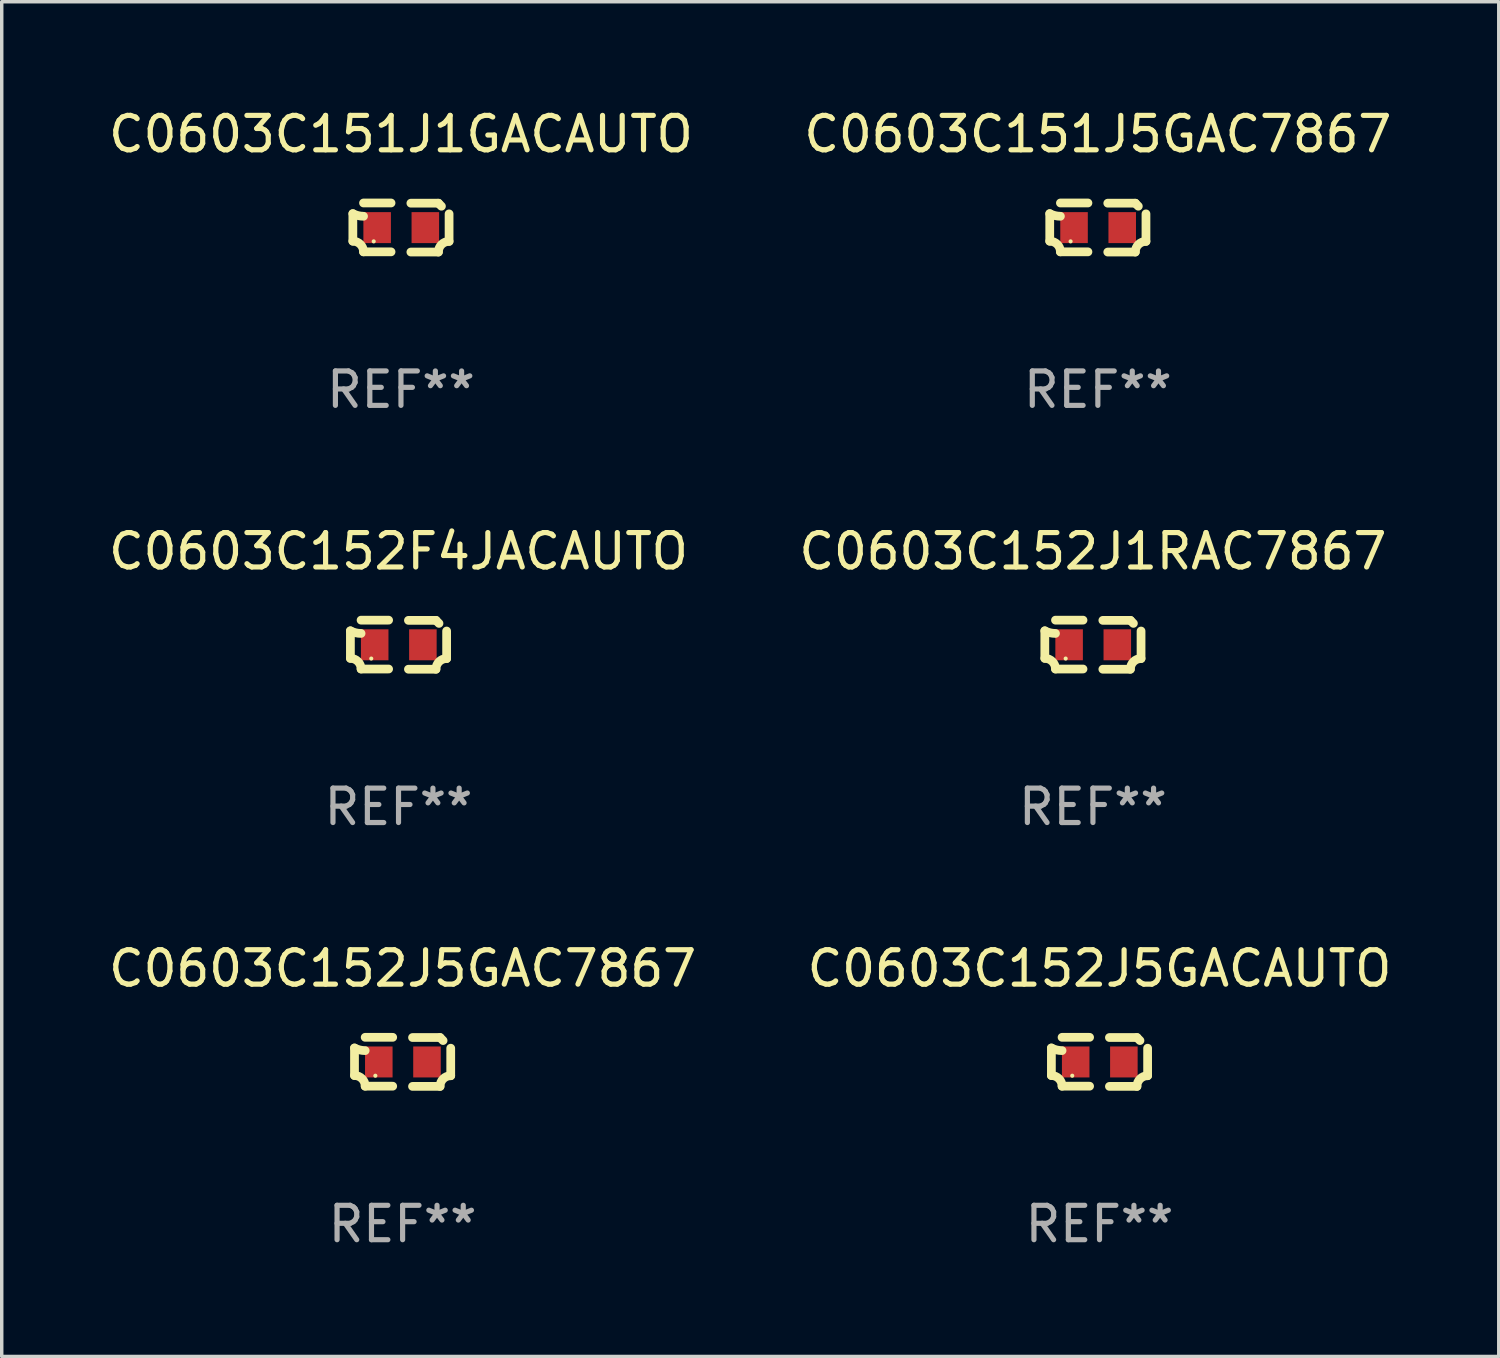
<source format=kicad_pcb>
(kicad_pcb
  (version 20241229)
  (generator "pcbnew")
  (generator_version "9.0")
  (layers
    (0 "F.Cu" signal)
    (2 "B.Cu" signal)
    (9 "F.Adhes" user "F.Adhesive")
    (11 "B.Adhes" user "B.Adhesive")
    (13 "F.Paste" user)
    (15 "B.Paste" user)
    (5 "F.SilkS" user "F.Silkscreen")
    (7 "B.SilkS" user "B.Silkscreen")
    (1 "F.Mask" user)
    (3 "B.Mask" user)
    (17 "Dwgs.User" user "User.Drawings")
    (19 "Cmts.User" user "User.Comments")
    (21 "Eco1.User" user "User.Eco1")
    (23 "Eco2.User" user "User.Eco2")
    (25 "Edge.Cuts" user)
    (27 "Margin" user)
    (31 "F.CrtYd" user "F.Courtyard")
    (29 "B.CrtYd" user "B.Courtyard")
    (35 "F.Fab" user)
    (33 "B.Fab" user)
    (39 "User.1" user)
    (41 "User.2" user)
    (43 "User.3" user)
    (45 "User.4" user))
  (footprint "C0603C151J1GACAUTO"
    (layer "F.Cu")
    (at 8.601 3.561)
    (property "Reference" "C0603C151J1GACAUTO" (at 0 -2.713 0) (layer "F.SilkS") (effects (font (size 1 1) (thickness 0.15))))
    (attr through_hole)
    (fp_line (start -1.398 -0.403) (end -1.398 0.397) (stroke (width 0.254) (type solid)) (layer "F.SilkS"))
    (fp_line (start -0.288 -0.713) (end -1.088 -0.713) (stroke (width 0.254) (type solid)) (layer "F.SilkS"))
    (fp_line (start -0.288 0.707) (end -1.088 0.707) (stroke (width 0.254) (type solid)) (layer "F.SilkS"))
    (fp_line (start 0.288 -0.707) (end 1.088 -0.707) (stroke (width 0.254) (type solid)) (layer "F.SilkS"))
    (fp_line (start 0.288 0.713) (end 1.088 0.713) (stroke (width 0.254) (type solid)) (layer "F.SilkS"))
    (fp_line (start 1.398 -0.397) (end 1.398 0.403) (stroke (width 0.254) (type solid)) (layer "F.SilkS"))
    (fp_arc (start -1.397789 0.397066) (mid -1.178701 0.487826) (end -1.08796 0.706922) (stroke (width 0.254001) (type solid)) (layer "F.SilkS"))
    (fp_arc (start -1.08796 -0.327176) (mid -1.247436 -0.346384) (end -1.39779 -0.402908) (stroke (width 0.254001) (type solid)) (layer "F.SilkS"))
    (fp_arc (start 1.087909 0.712738) (mid 1.178656 0.493655) (end 1.397739 0.402908) (stroke (width 0.254001) (type solid)) (layer "F.SilkS"))
    (fp_arc (start 1.175925 -0.618926) (mid 1.131917 -0.662923) (end 1.08791 -0.706922) (stroke (width 0.254001) (type solid)) (layer "F.SilkS"))
    (fp_circle (center -0.792 0.403) (end -0.762 0.403) (stroke (width 0.06) (type solid)) (fill no) (layer "F.SilkS"))
    (fp_text user "REF**" (at 0 4.713 0) (layer "F.Fab") (effects (font (size 1 1) (thickness 0.15))))
    (pad "1" smd rect (at -0.692 0.003) (size 0.8 0.9) (layers "F.Cu" "F.Mask" "F.Paste"))
    (pad "2" smd rect (at 0.708 0.003) (size 0.8 0.9) (layers "F.Cu" "F.Mask" "F.Paste")))
  (footprint "C0603C151J5GAC7867"
    (layer "F.Cu")
    (at 28.851 3.561)
    (property "Reference" "C0603C151J5GAC7867" (at 0 -2.713 0) (layer "F.SilkS") (effects (font (size 1 1) (thickness 0.15))))
    (attr through_hole)
    (fp_line (start -1.398 -0.403) (end -1.398 0.397) (stroke (width 0.254) (type solid)) (layer "F.SilkS"))
    (fp_line (start -0.288 -0.713) (end -1.088 -0.713) (stroke (width 0.254) (type solid)) (layer "F.SilkS"))
    (fp_line (start -0.288 0.707) (end -1.088 0.707) (stroke (width 0.254) (type solid)) (layer "F.SilkS"))
    (fp_line (start 0.288 -0.707) (end 1.088 -0.707) (stroke (width 0.254) (type solid)) (layer "F.SilkS"))
    (fp_line (start 0.288 0.713) (end 1.088 0.713) (stroke (width 0.254) (type solid)) (layer "F.SilkS"))
    (fp_line (start 1.398 -0.397) (end 1.398 0.403) (stroke (width 0.254) (type solid)) (layer "F.SilkS"))
    (fp_arc (start -1.397789 0.397066) (mid -1.178701 0.487826) (end -1.08796 0.706922) (stroke (width 0.254001) (type solid)) (layer "F.SilkS"))
    (fp_arc (start -1.08796 -0.327176) (mid -1.247436 -0.346384) (end -1.39779 -0.402908) (stroke (width 0.254001) (type solid)) (layer "F.SilkS"))
    (fp_arc (start 1.087909 0.712738) (mid 1.178656 0.493655) (end 1.397739 0.402908) (stroke (width 0.254001) (type solid)) (layer "F.SilkS"))
    (fp_arc (start 1.175925 -0.618926) (mid 1.131917 -0.662923) (end 1.08791 -0.706922) (stroke (width 0.254001) (type solid)) (layer "F.SilkS"))
    (fp_circle (center -0.792 0.403) (end -0.762 0.403) (stroke (width 0.06) (type solid)) (fill no) (layer "F.SilkS"))
    (fp_text user "REF**" (at 0 4.713 0) (layer "F.Fab") (effects (font (size 1 1) (thickness 0.15))))
    (pad "1" smd rect (at -0.692 0.003) (size 0.8 0.9) (layers "F.Cu" "F.Mask" "F.Paste"))
    (pad "2" smd rect (at 0.708 0.003) (size 0.8 0.9) (layers "F.Cu" "F.Mask" "F.Paste")))
  (footprint "C0603C152J5GAC7867"
    (layer "F.Cu")
    (at 8.649 27.805)
    (property "Reference" "C0603C152J5GAC7867" (at 0 -2.713 0) (layer "F.SilkS") (effects (font (size 1 1) (thickness 0.15))))
    (attr through_hole)
    (fp_line (start -1.398 -0.403) (end -1.398 0.397) (stroke (width 0.254) (type solid)) (layer "F.SilkS"))
    (fp_line (start -0.288 -0.713) (end -1.088 -0.713) (stroke (width 0.254) (type solid)) (layer "F.SilkS"))
    (fp_line (start -0.288 0.707) (end -1.088 0.707) (stroke (width 0.254) (type solid)) (layer "F.SilkS"))
    (fp_line (start 0.288 -0.707) (end 1.088 -0.707) (stroke (width 0.254) (type solid)) (layer "F.SilkS"))
    (fp_line (start 0.288 0.713) (end 1.088 0.713) (stroke (width 0.254) (type solid)) (layer "F.SilkS"))
    (fp_line (start 1.398 -0.397) (end 1.398 0.403) (stroke (width 0.254) (type solid)) (layer "F.SilkS"))
    (fp_arc (start -1.397789 0.397066) (mid -1.178701 0.487826) (end -1.08796 0.706922) (stroke (width 0.254001) (type solid)) (layer "F.SilkS"))
    (fp_arc (start -1.08796 -0.327176) (mid -1.247436 -0.346384) (end -1.39779 -0.402908) (stroke (width 0.254001) (type solid)) (layer "F.SilkS"))
    (fp_arc (start 1.087909 0.712738) (mid 1.178656 0.493655) (end 1.397739 0.402908) (stroke (width 0.254001) (type solid)) (layer "F.SilkS"))
    (fp_arc (start 1.175925 -0.618926) (mid 1.131917 -0.662923) (end 1.08791 -0.706922) (stroke (width 0.254001) (type solid)) (layer "F.SilkS"))
    (fp_circle (center -0.792 0.403) (end -0.762 0.403) (stroke (width 0.06) (type solid)) (fill no) (layer "F.SilkS"))
    (fp_text user "REF**" (at 0 4.713 0) (layer "F.Fab") (effects (font (size 1 1) (thickness 0.15))))
    (pad "1" smd rect (at -0.692 0.003) (size 0.8 0.9) (layers "F.Cu" "F.Mask" "F.Paste"))
    (pad "2" smd rect (at 0.708 0.003) (size 0.8 0.9) (layers "F.Cu" "F.Mask" "F.Paste")))
  (footprint "C0603C152J5GACAUTO"
    (layer "F.Cu")
    (at 28.899 27.805)
    (property "Reference" "C0603C152J5GACAUTO" (at 0 -2.713 0) (layer "F.SilkS") (effects (font (size 1 1) (thickness 0.15))))
    (attr through_hole)
    (fp_line (start -1.398 -0.403) (end -1.398 0.397) (stroke (width 0.254) (type solid)) (layer "F.SilkS"))
    (fp_line (start -0.288 -0.713) (end -1.088 -0.713) (stroke (width 0.254) (type solid)) (layer "F.SilkS"))
    (fp_line (start -0.288 0.707) (end -1.088 0.707) (stroke (width 0.254) (type solid)) (layer "F.SilkS"))
    (fp_line (start 0.288 -0.707) (end 1.088 -0.707) (stroke (width 0.254) (type solid)) (layer "F.SilkS"))
    (fp_line (start 0.288 0.713) (end 1.088 0.713) (stroke (width 0.254) (type solid)) (layer "F.SilkS"))
    (fp_line (start 1.398 -0.397) (end 1.398 0.403) (stroke (width 0.254) (type solid)) (layer "F.SilkS"))
    (fp_arc (start -1.397789 0.397066) (mid -1.178701 0.487826) (end -1.08796 0.706922) (stroke (width 0.254001) (type solid)) (layer "F.SilkS"))
    (fp_arc (start -1.08796 -0.327176) (mid -1.247436 -0.346384) (end -1.39779 -0.402908) (stroke (width 0.254001) (type solid)) (layer "F.SilkS"))
    (fp_arc (start 1.087909 0.712738) (mid 1.178656 0.493655) (end 1.397739 0.402908) (stroke (width 0.254001) (type solid)) (layer "F.SilkS"))
    (fp_arc (start 1.175925 -0.618926) (mid 1.131917 -0.662923) (end 1.08791 -0.706922) (stroke (width 0.254001) (type solid)) (layer "F.SilkS"))
    (fp_circle (center -0.792 0.403) (end -0.762 0.403) (stroke (width 0.06) (type solid)) (fill no) (layer "F.SilkS"))
    (fp_text user "REF**" (at 0 4.713 0) (layer "F.Fab") (effects (font (size 1 1) (thickness 0.15))))
    (pad "1" smd rect (at -0.692 0.003) (size 0.8 0.9) (layers "F.Cu" "F.Mask" "F.Paste"))
    (pad "2" smd rect (at 0.708 0.003) (size 0.8 0.9) (layers "F.Cu" "F.Mask" "F.Paste")))
  (footprint "C0603C152J1RAC7867"
    (layer "F.Cu")
    (at 28.708 15.683)
    (property "Reference" "C0603C152J1RAC7867" (at 0 -2.713 0) (layer "F.SilkS") (effects (font (size 1 1) (thickness 0.15))))
    (attr through_hole)
    (fp_line (start -1.398 -0.403) (end -1.398 0.397) (stroke (width 0.254) (type solid)) (layer "F.SilkS"))
    (fp_line (start -0.288 -0.713) (end -1.088 -0.713) (stroke (width 0.254) (type solid)) (layer "F.SilkS"))
    (fp_line (start -0.288 0.707) (end -1.088 0.707) (stroke (width 0.254) (type solid)) (layer "F.SilkS"))
    (fp_line (start 0.288 -0.707) (end 1.088 -0.707) (stroke (width 0.254) (type solid)) (layer "F.SilkS"))
    (fp_line (start 0.288 0.713) (end 1.088 0.713) (stroke (width 0.254) (type solid)) (layer "F.SilkS"))
    (fp_line (start 1.398 -0.397) (end 1.398 0.403) (stroke (width 0.254) (type solid)) (layer "F.SilkS"))
    (fp_arc (start -1.397789 0.397066) (mid -1.178701 0.487826) (end -1.08796 0.706922) (stroke (width 0.254001) (type solid)) (layer "F.SilkS"))
    (fp_arc (start -1.08796 -0.327176) (mid -1.247436 -0.346384) (end -1.39779 -0.402908) (stroke (width 0.254001) (type solid)) (layer "F.SilkS"))
    (fp_arc (start 1.087909 0.712738) (mid 1.178656 0.493655) (end 1.397739 0.402908) (stroke (width 0.254001) (type solid)) (layer "F.SilkS"))
    (fp_arc (start 1.175925 -0.618926) (mid 1.131917 -0.662923) (end 1.08791 -0.706922) (stroke (width 0.254001) (type solid)) (layer "F.SilkS"))
    (fp_circle (center -0.792 0.403) (end -0.762 0.403) (stroke (width 0.06) (type solid)) (fill no) (layer "F.SilkS"))
    (fp_text user "REF**" (at 0 4.713 0) (layer "F.Fab") (effects (font (size 1 1) (thickness 0.15))))
    (pad "1" smd rect (at -0.692 0.003) (size 0.8 0.9) (layers "F.Cu" "F.Mask" "F.Paste"))
    (pad "2" smd rect (at 0.708 0.003) (size 0.8 0.9) (layers "F.Cu" "F.Mask" "F.Paste")))
  (footprint "C0603C152F4JACAUTO"
    (layer "F.Cu")
    (at 8.53 15.683)
    (property "Reference" "C0603C152F4JACAUTO" (at 0 -2.713 0) (layer "F.SilkS") (effects (font (size 1 1) (thickness 0.15))))
    (attr through_hole)
    (fp_line (start -1.398 -0.403) (end -1.398 0.397) (stroke (width 0.254) (type solid)) (layer "F.SilkS"))
    (fp_line (start -0.288 -0.713) (end -1.088 -0.713) (stroke (width 0.254) (type solid)) (layer "F.SilkS"))
    (fp_line (start -0.288 0.707) (end -1.088 0.707) (stroke (width 0.254) (type solid)) (layer "F.SilkS"))
    (fp_line (start 0.288 -0.707) (end 1.088 -0.707) (stroke (width 0.254) (type solid)) (layer "F.SilkS"))
    (fp_line (start 0.288 0.713) (end 1.088 0.713) (stroke (width 0.254) (type solid)) (layer "F.SilkS"))
    (fp_line (start 1.398 -0.397) (end 1.398 0.403) (stroke (width 0.254) (type solid)) (layer "F.SilkS"))
    (fp_arc (start -1.397789 0.397066) (mid -1.178701 0.487826) (end -1.08796 0.706922) (stroke (width 0.254001) (type solid)) (layer "F.SilkS"))
    (fp_arc (start -1.08796 -0.327176) (mid -1.247436 -0.346384) (end -1.39779 -0.402908) (stroke (width 0.254001) (type solid)) (layer "F.SilkS"))
    (fp_arc (start 1.087909 0.712738) (mid 1.178656 0.493655) (end 1.397739 0.402908) (stroke (width 0.254001) (type solid)) (layer "F.SilkS"))
    (fp_arc (start 1.175925 -0.618926) (mid 1.131917 -0.662923) (end 1.08791 -0.706922) (stroke (width 0.254001) (type solid)) (layer "F.SilkS"))
    (fp_circle (center -0.792 0.403) (end -0.762 0.403) (stroke (width 0.06) (type solid)) (fill no) (layer "F.SilkS"))
    (fp_text user "REF**" (at 0 4.713 0) (layer "F.Fab") (effects (font (size 1 1) (thickness 0.15))))
    (pad "1" smd rect (at -0.692 0.003) (size 0.8 0.9) (layers "F.Cu" "F.Mask" "F.Paste"))
    (pad "2" smd rect (at 0.708 0.003) (size 0.8 0.9) (layers "F.Cu" "F.Mask" "F.Paste")))
  (gr_rect
    (start -3 -3)
    (end 40.5 36.366)
    (stroke (width 0.1) (type default))
    (fill no)
    (layer "Edge.Cuts")))
</source>
